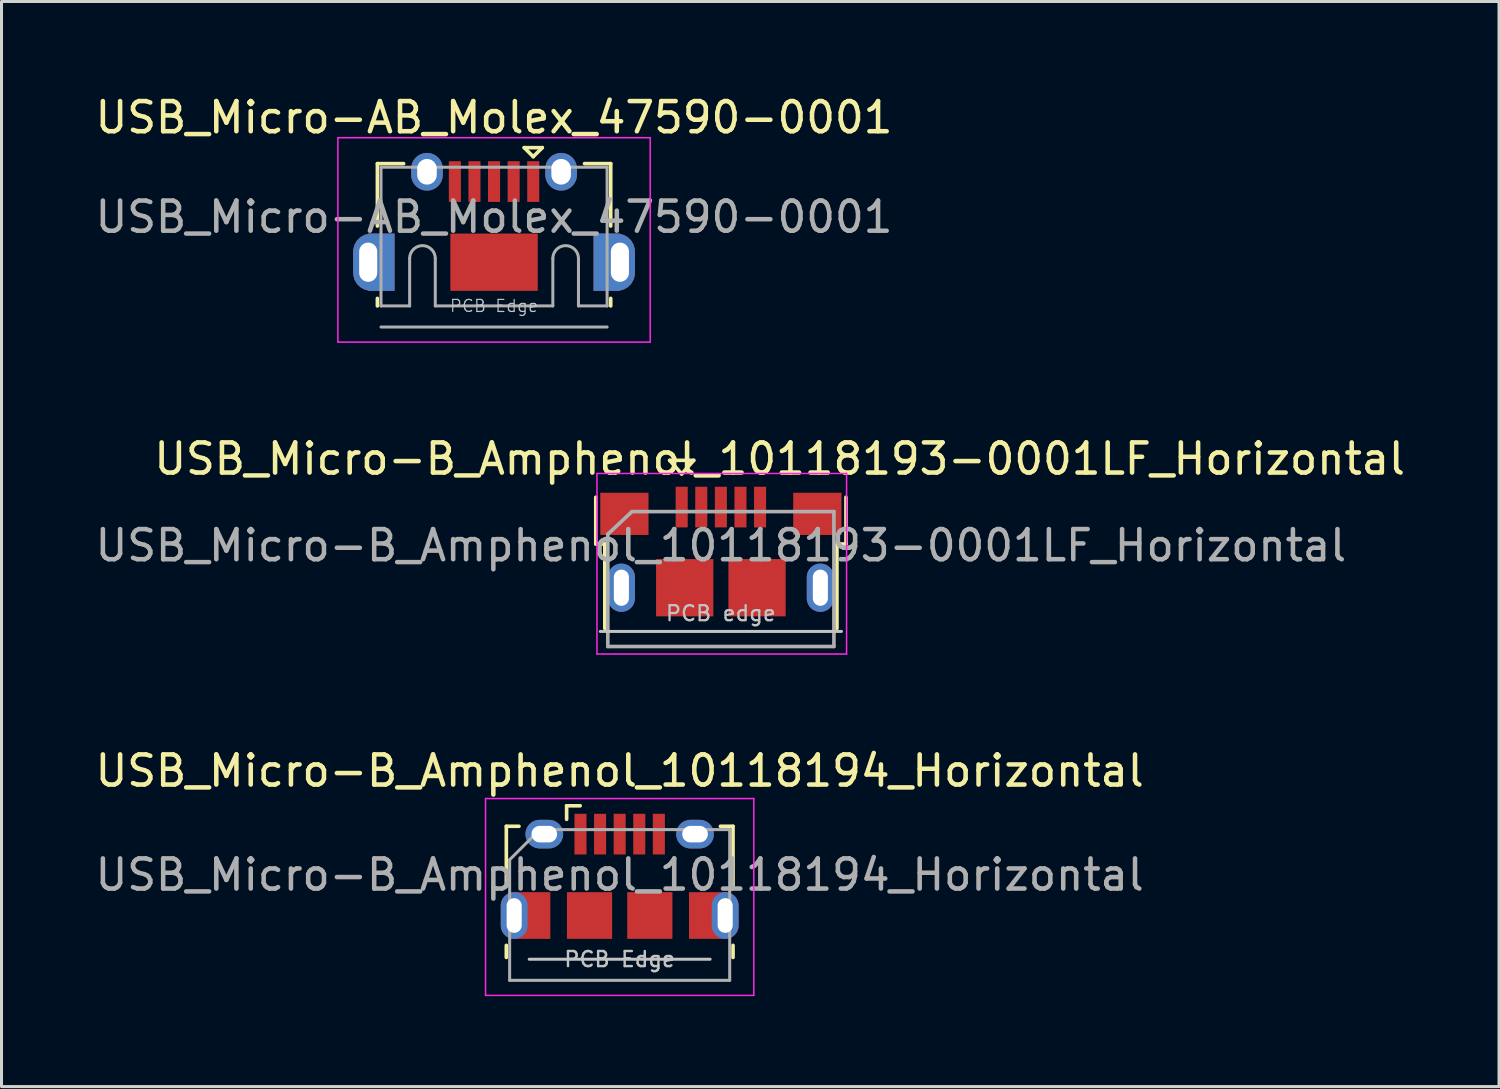
<source format=kicad_pcb>
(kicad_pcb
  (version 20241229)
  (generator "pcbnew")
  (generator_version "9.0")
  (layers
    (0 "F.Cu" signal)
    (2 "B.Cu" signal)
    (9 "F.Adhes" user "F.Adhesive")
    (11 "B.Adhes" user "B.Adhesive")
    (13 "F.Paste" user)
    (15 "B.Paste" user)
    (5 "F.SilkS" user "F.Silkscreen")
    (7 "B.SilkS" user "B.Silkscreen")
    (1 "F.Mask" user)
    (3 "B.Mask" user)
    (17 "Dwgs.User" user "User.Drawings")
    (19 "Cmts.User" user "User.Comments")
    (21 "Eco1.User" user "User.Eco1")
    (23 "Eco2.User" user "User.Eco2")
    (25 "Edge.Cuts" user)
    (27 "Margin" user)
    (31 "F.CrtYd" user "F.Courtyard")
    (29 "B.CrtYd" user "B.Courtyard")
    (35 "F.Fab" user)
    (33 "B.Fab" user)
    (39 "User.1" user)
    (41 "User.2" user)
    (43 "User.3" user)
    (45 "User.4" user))
  (footprint "USB_Micro-B_Amphenol_10118193-0001LF_Horizontal"
    (layer "F.Cu")
    (at 20.863 15.246)
    (property "Reference" "USB_Micro-B_Amphenol_10118193-0001LF_Horizontal" (at 1.95 -3.075 0) (layer "F.SilkS") (effects (font (size 1 1) (thickness 0.15))))
    (attr smd)
    (fp_line (start -4.15 -0.25) (end -4.15 -1.8) (stroke (width 0.12) (type solid)) (layer "F.SilkS"))
    (fp_line (start -4.15 -0.25) (end -3.85 -0.25) (stroke (width 0.12) (type solid)) (layer "F.SilkS"))
    (fp_line (start -3.85 2.55) (end -3.85 -0.25) (stroke (width 0.12) (type solid)) (layer "F.SilkS"))
    (fp_line (start -1.7 -3.025) (end -0.9 -3.025) (stroke (width 0.12) (type solid)) (layer "F.SilkS"))
    (fp_line (start -1.3 -2.575) (end -1.7 -3.025) (stroke (width 0.12) (type solid)) (layer "F.SilkS"))
    (fp_line (start -0.9 -3.025) (end -1.3 -2.575) (stroke (width 0.12) (type solid)) (layer "F.SilkS"))
    (fp_line (start 3.85 -0.25) (end 4.15 -0.25) (stroke (width 0.12) (type solid)) (layer "F.SilkS"))
    (fp_line (start 3.85 2.55) (end 3.85 -0.25) (stroke (width 0.12) (type solid)) (layer "F.SilkS"))
    (fp_line (start 4.15 -0.25) (end 4.15 -1.8) (stroke (width 0.12) (type solid)) (layer "F.SilkS"))
    (fp_line (start -4 2.65) (end 4 2.65) (stroke (width 0.1) (type solid)) (layer "Dwgs.User"))
    (fp_line (start -4.11 -2.59) (end -4.11 3.4) (stroke (width 0.05) (type solid)) (layer "F.CrtYd"))
    (fp_line (start -4.11 -2.59) (end 4.17 -2.59) (stroke (width 0.05) (type solid)) (layer "F.CrtYd"))
    (fp_line (start 4.17 3.4) (end -4.11 3.4) (stroke (width 0.05) (type solid)) (layer "F.CrtYd"))
    (fp_line (start 4.17 3.4) (end 4.17 -2.59) (stroke (width 0.05) (type solid)) (layer "F.CrtYd"))
    (fp_line (start -3.75 -0.575) (end -2.95 -1.325) (stroke (width 0.12) (type solid)) (layer "F.Fab"))
    (fp_line (start -3.75 3.15) (end -3.75 -0.575) (stroke (width 0.12) (type solid)) (layer "F.Fab"))
    (fp_line (start -2.95 -1.325) (end 3.75 -1.325) (stroke (width 0.12) (type solid)) (layer "F.Fab"))
    (fp_line (start 3.75 -1.325) (end 3.75 3.15) (stroke (width 0.12) (type solid)) (layer "F.Fab"))
    (fp_line (start 3.75 3.15) (end -3.75 3.15) (stroke (width 0.12) (type solid)) (layer "F.Fab"))
    (fp_text user "PCB edge" (at 0 2.05 0) (layer "Dwgs.User") (effects (font (size 0.5 0.5) (thickness 0.075))))
    (fp_text user "${REFERENCE}" (at 0 -0.2 0) (layer "F.Fab") (effects (font (size 1 1) (thickness 0.15))))
    (pad "1" smd rect (at -1.3 -1.475 90) (size 1.35 0.4) (layers "F.Cu" "F.Mask" "F.Paste"))
    (pad "2" smd rect (at -0.65 -1.475 90) (size 1.35 0.4) (layers "F.Cu" "F.Mask" "F.Paste"))
    (pad "3" smd rect (at 0 -1.475 90) (size 1.35 0.4) (layers "F.Cu" "F.Mask" "F.Paste"))
    (pad "4" smd rect (at 0.65 -1.475 90) (size 1.35 0.4) (layers "F.Cu" "F.Mask" "F.Paste"))
    (pad "5" smd rect (at 1.3 -1.475 90) (size 1.35 0.4) (layers "F.Cu" "F.Mask" "F.Paste"))
    (pad "6" thru_hole oval (at -3.3 1.2 90) (size 1.6 0.9) (drill oval 1.2 0.5) (layers "*.Cu" "*.Mask"))
    (pad "6" smd rect (at -3.2 -1.25) (size 1.6 1.4) (layers "F.Cu" "F.Mask" "F.Paste"))
    (pad "6" smd rect (at -1.2 1.2 90) (size 1.9 1.9) (layers "F.Cu" "F.Mask" "F.Paste"))
    (pad "6" smd rect (at 1.2 1.2 90) (size 1.9 1.9) (layers "F.Cu" "F.Mask" "F.Paste"))
    (pad "6" smd rect (at 3.2 -1.25) (size 1.6 1.4) (layers "F.Cu" "F.Mask" "F.Paste"))
    (pad "6" thru_hole oval (at 3.3 1.2 90) (size 1.6 0.9) (drill oval 1.2 0.5) (layers "*.Cu" "*.Mask")))
  (footprint "USB_Micro-B_Amphenol_10118194_Horizontal"
    (layer "F.Cu")
    (at 17.506 26.02)
    (property "Reference" "USB_Micro-B_Amphenol_10118194_Horizontal" (at 0 -3.5 0) (layer "F.SilkS") (effects (font (size 1 1) (thickness 0.15))))
    (attr smd)
    (fp_line (start -3.76 -1.66) (end -3.34 -1.66) (stroke (width 0.12) (type solid)) (layer "F.SilkS"))
    (fp_line (start -3.76 0.32) (end -3.76 -1.66) (stroke (width 0.12) (type solid)) (layer "F.SilkS"))
    (fp_line (start -3.76 2.69) (end -3.76 2.29) (stroke (width 0.12) (type solid)) (layer "F.SilkS"))
    (fp_line (start -1.76 -1.89) (end -1.76 -2.34) (stroke (width 0.12) (type solid)) (layer "F.SilkS"))
    (fp_line (start -1.31 -2.34) (end -1.76 -2.34) (stroke (width 0.12) (type solid)) (layer "F.SilkS"))
    (fp_line (start 3.76 -1.66) (end 3.34 -1.66) (stroke (width 0.12) (type solid)) (layer "F.SilkS"))
    (fp_line (start 3.76 0.32) (end 3.76 -1.66) (stroke (width 0.12) (type solid)) (layer "F.SilkS"))
    (fp_line (start 3.76 2.29) (end 3.76 2.69) (stroke (width 0.12) (type solid)) (layer "F.SilkS"))
    (fp_line (start 3 2.75) (end -3 2.75) (stroke (width 0.1) (type solid)) (layer "Dwgs.User"))
    (fp_line (start -4.45 -2.58) (end -4.45 3.95) (stroke (width 0.05) (type solid)) (layer "F.CrtYd"))
    (fp_line (start -4.45 -2.58) (end 4.45 -2.58) (stroke (width 0.05) (type solid)) (layer "F.CrtYd"))
    (fp_line (start -4.45 3.95) (end 4.45 3.95) (stroke (width 0.05) (type solid)) (layer "F.CrtYd"))
    (fp_line (start 4.45 -2.58) (end 4.45 3.95) (stroke (width 0.05) (type solid)) (layer "F.CrtYd"))
    (fp_line (start -3.65 -0.55) (end -2.65 -1.55) (stroke (width 0.1) (type solid)) (layer "F.Fab"))
    (fp_line (start -3.65 3.45) (end -3.65 -0.55) (stroke (width 0.1) (type solid)) (layer "F.Fab"))
    (fp_line (start -2.65 -1.55) (end 3.65 -1.55) (stroke (width 0.1) (type solid)) (layer "F.Fab"))
    (fp_line (start 3.65 -1.55) (end 3.65 3.45) (stroke (width 0.1) (type solid)) (layer "F.Fab"))
    (fp_line (start 3.65 3.45) (end -3.65 3.45) (stroke (width 0.1) (type solid)) (layer "F.Fab"))
    (fp_text user "PCB Edge" (at 0 2.75 0) (layer "Dwgs.User") (effects (font (size 0.5 0.5) (thickness 0.08))))
    (fp_text user "${REFERENCE}" (at 0 -0.05 0) (layer "F.Fab") (effects (font (size 1 1) (thickness 0.15))))
    (pad "" smd oval (at -3.5 1.3) (size 0.89 1.55) (layers "F.Paste"))
    (pad "" smd oval (at -2.5 -1.4) (size 1.25 0.95) (layers "F.Paste"))
    (pad "" smd oval (at 2.5 -1.4) (size 1.25 0.95) (layers "F.Paste"))
    (pad "" smd oval (at 3.5 1.3) (size 0.89 1.55) (layers "F.Paste"))
    (pad "1" smd rect (at -1.3 -1.4) (size 0.4 1.35) (layers "F.Cu" "F.Mask" "F.Paste"))
    (pad "2" smd rect (at -0.65 -1.4) (size 0.4 1.35) (layers "F.Cu" "F.Mask" "F.Paste"))
    (pad "3" smd rect (at 0 -1.4) (size 0.4 1.35) (layers "F.Cu" "F.Mask" "F.Paste"))
    (pad "4" smd rect (at 0.65 -1.4) (size 0.4 1.35) (layers "F.Cu" "F.Mask" "F.Paste"))
    (pad "5" smd rect (at 1.3 -1.4) (size 0.4 1.35) (layers "F.Cu" "F.Mask" "F.Paste"))
    (pad "6" thru_hole oval (at -3.5 1.3) (size 0.89 1.55) (drill oval 0.5 1.15) (layers "*.Cu" "*.Mask"))
    (pad "6" smd rect (at -2.9 1.3) (size 1.2 1.55) (layers "F.Cu" "F.Mask" "F.Paste"))
    (pad "6" thru_hole oval (at -2.5 -1.4) (size 1.25 0.95) (drill oval 0.85 0.55) (layers "*.Cu" "*.Mask"))
    (pad "6" smd rect (at -1 1.3) (size 1.5 1.55) (layers "F.Cu" "F.Mask" "F.Paste"))
    (pad "6" smd rect (at 1 1.3) (size 1.5 1.55) (layers "F.Cu" "F.Mask" "F.Paste"))
    (pad "6" thru_hole oval (at 2.5 -1.4) (size 1.25 0.95) (drill oval 0.85 0.55) (layers "*.Cu" "*.Mask"))
    (pad "6" smd rect (at 2.9 1.3) (size 1.2 1.55) (layers "F.Cu" "F.Mask" "F.Paste"))
    (pad "6" thru_hole oval (at 3.5 1.3) (size 0.89 1.55) (drill oval 0.5 1.15) (layers "*.Cu" "*.Mask")))
  (footprint "USB_Micro-AB_Molex_47590-0001"
    (layer "F.Cu")
    (at 13.339 5.648)
    (property "Reference" "USB_Micro-AB_Molex_47590-0001" (at 0 -4.8 180) (layer "F.SilkS") (effects (font (size 1 1) (thickness 0.15))))
    (attr smd)
    (fp_line (start -3.87 -3.27) (end -3.87 -1.2) (stroke (width 0.12) (type solid)) (layer "F.SilkS"))
    (fp_line (start -3.87 -3.27) (end -3 -3.27) (stroke (width 0.12) (type solid)) (layer "F.SilkS"))
    (fp_line (start -3.87 1.2) (end -3.87 1.45) (stroke (width 0.12) (type solid)) (layer "F.SilkS"))
    (fp_line (start 1 -3.8) (end 1.6 -3.8) (stroke (width 0.12) (type solid)) (layer "F.SilkS"))
    (fp_line (start 1.3 -3.5) (end 1 -3.8) (stroke (width 0.12) (type solid)) (layer "F.SilkS"))
    (fp_line (start 1.3 -3.5) (end 1.6 -3.8) (stroke (width 0.12) (type solid)) (layer "F.SilkS"))
    (fp_line (start 3 -3.27) (end 3.87 -3.27) (stroke (width 0.12) (type solid)) (layer "F.SilkS"))
    (fp_line (start 3.87 -3.27) (end 3.87 -1.2) (stroke (width 0.12) (type solid)) (layer "F.SilkS"))
    (fp_line (start 3.87 1.2) (end 3.87 1.45) (stroke (width 0.12) (type solid)) (layer "F.SilkS"))
    (fp_line (start -5.18 -4.13) (end -5.18 2.65) (stroke (width 0.05) (type solid)) (layer "F.CrtYd"))
    (fp_line (start -5.18 -4.13) (end 5.18 -4.13) (stroke (width 0.05) (type solid)) (layer "F.CrtYd"))
    (fp_line (start -5.18 2.65) (end 5.18 2.65) (stroke (width 0.05) (type solid)) (layer "F.CrtYd"))
    (fp_line (start 5.18 -4.13) (end 5.18 2.65) (stroke (width 0.05) (type solid)) (layer "F.CrtYd"))
    (fp_line (start -3.75 -3.15) (end -3.75 1.45) (stroke (width 0.1) (type solid)) (layer "F.Fab"))
    (fp_line (start -3.75 -3.15) (end 3.75 -3.15) (stroke (width 0.1) (type solid)) (layer "F.Fab"))
    (fp_line (start -3.75 1.45) (end -2.8 1.45) (stroke (width 0.1) (type solid)) (layer "F.Fab"))
    (fp_line (start -3.75 2.15) (end 3.75 2.15) (stroke (width 0.1) (type solid)) (layer "F.Fab"))
    (fp_line (start -2.8 -0.125) (end -2.8 1.45) (stroke (width 0.1) (type solid)) (layer "F.Fab"))
    (fp_line (start -1.95 -0.125) (end -1.95 1.45) (stroke (width 0.1) (type solid)) (layer "F.Fab"))
    (fp_line (start -1.95 1.45) (end 1.95 1.45) (stroke (width 0.1) (type solid)) (layer "F.Fab"))
    (fp_line (start 1.95 -0.125) (end 1.95 1.45) (stroke (width 0.1) (type solid)) (layer "F.Fab"))
    (fp_line (start 2.8 -0.125) (end 2.8 1.45) (stroke (width 0.1) (type solid)) (layer "F.Fab"))
    (fp_line (start 2.8 1.45) (end 3.75 1.45) (stroke (width 0.1) (type solid)) (layer "F.Fab"))
    (fp_line (start 3.75 -3.15) (end 3.75 1.45) (stroke (width 0.1) (type solid)) (layer "F.Fab"))
    (fp_arc (start -2.8 -0.125) (mid -2.375 -0.55) (end -1.95 -0.125) (stroke (width 0.1) (type solid)) (layer "F.Fab"))
    (fp_arc (start 1.95 -0.125) (mid 2.375 -0.55) (end 2.8 -0.125) (stroke (width 0.1) (type solid)) (layer "F.Fab"))
    (fp_text user "PCB Edge" (at 0 1.45 0) (layer "Dwgs.User") (effects (font (size 0.4 0.4) (thickness 0.04))))
    (fp_text user "${REFERENCE}" (at 0 -1.5 0) (layer "F.Fab") (effects (font (size 1 1) (thickness 0.15))))
    (pad "1" smd rect (at 1.3 -2.675) (size 0.4 1.35) (layers "F.Cu" "F.Mask" "F.Paste"))
    (pad "2" smd rect (at 0.65 -2.675) (size 0.4 1.35) (layers "F.Cu" "F.Mask" "F.Paste"))
    (pad "3" smd rect (at 0 -2.675) (size 0.4 1.35) (layers "F.Cu" "F.Mask" "F.Paste"))
    (pad "4" smd rect (at -0.65 -2.675) (size 0.4 1.35) (layers "F.Cu" "F.Mask" "F.Paste"))
    (pad "5" smd rect (at -1.3 -2.675) (size 0.4 1.35) (layers "F.Cu" "F.Mask" "F.Paste"))
    (pad "6" thru_hole custom (at -4.175 0) (size 0.7 1.5) (drill oval 0.6 1.3) (layers "*.Cu" "*.Mask") (options (anchor rect)) (primitives (gr_poly (pts (xy 0 -0.95) (xy 0.875 -0.95) (xy 0.875 0.95) (xy 0 0.95) (xy 0 0.35) (xy -0.5 0.35) (xy -0.5 -0.35) (xy 0 -0.35)) (width 0) (fill yes)) (gr_circle (center 0.1 0.35) (end 0.7 0.35) (width 0) (fill yes)) (gr_circle (center 0.1 -0.35) (end 0.7 -0.35) (width 0) (fill yes))))
    (pad "6" thru_hole oval (at -2.225 -3) (size 1.05 1.25) (drill oval 0.65 0.85) (layers "*.Cu" "*.Mask"))
    (pad "6" smd rect (at 0 0) (size 2.9 1.9) (layers "F.Cu" "F.Mask" "F.Paste"))
    (pad "6" thru_hole oval (at 2.225 -3) (size 1.05 1.25) (drill oval 0.65 0.85) (layers "*.Cu" "*.Mask"))
    (pad "6" thru_hole custom (at 4.175 0) (size 0.7 1.5) (drill oval 0.6 1.3) (layers "*.Cu" "*.Mask") (options (anchor rect)) (primitives (gr_poly (pts (xy 0 -0.95) (xy -0.875 -0.95) (xy -0.875 0.95) (xy 0 0.95) (xy 0 0.35) (xy 0.5 0.35) (xy 0.5 -0.35) (xy 0 -0.35)) (width 0) (fill yes)) (gr_circle (center -0.1 0.35) (end 0.5 0.35) (width 0) (fill yes)) (gr_circle (center -0.1 -0.35) (end 0.5 -0.35) (width 0) (fill yes)))))
  (gr_rect
    (start -3 -3)
    (end 46.676 32.995)
    (stroke (width 0.1) (type default))
    (fill no)
    (layer "Edge.Cuts")))
</source>
